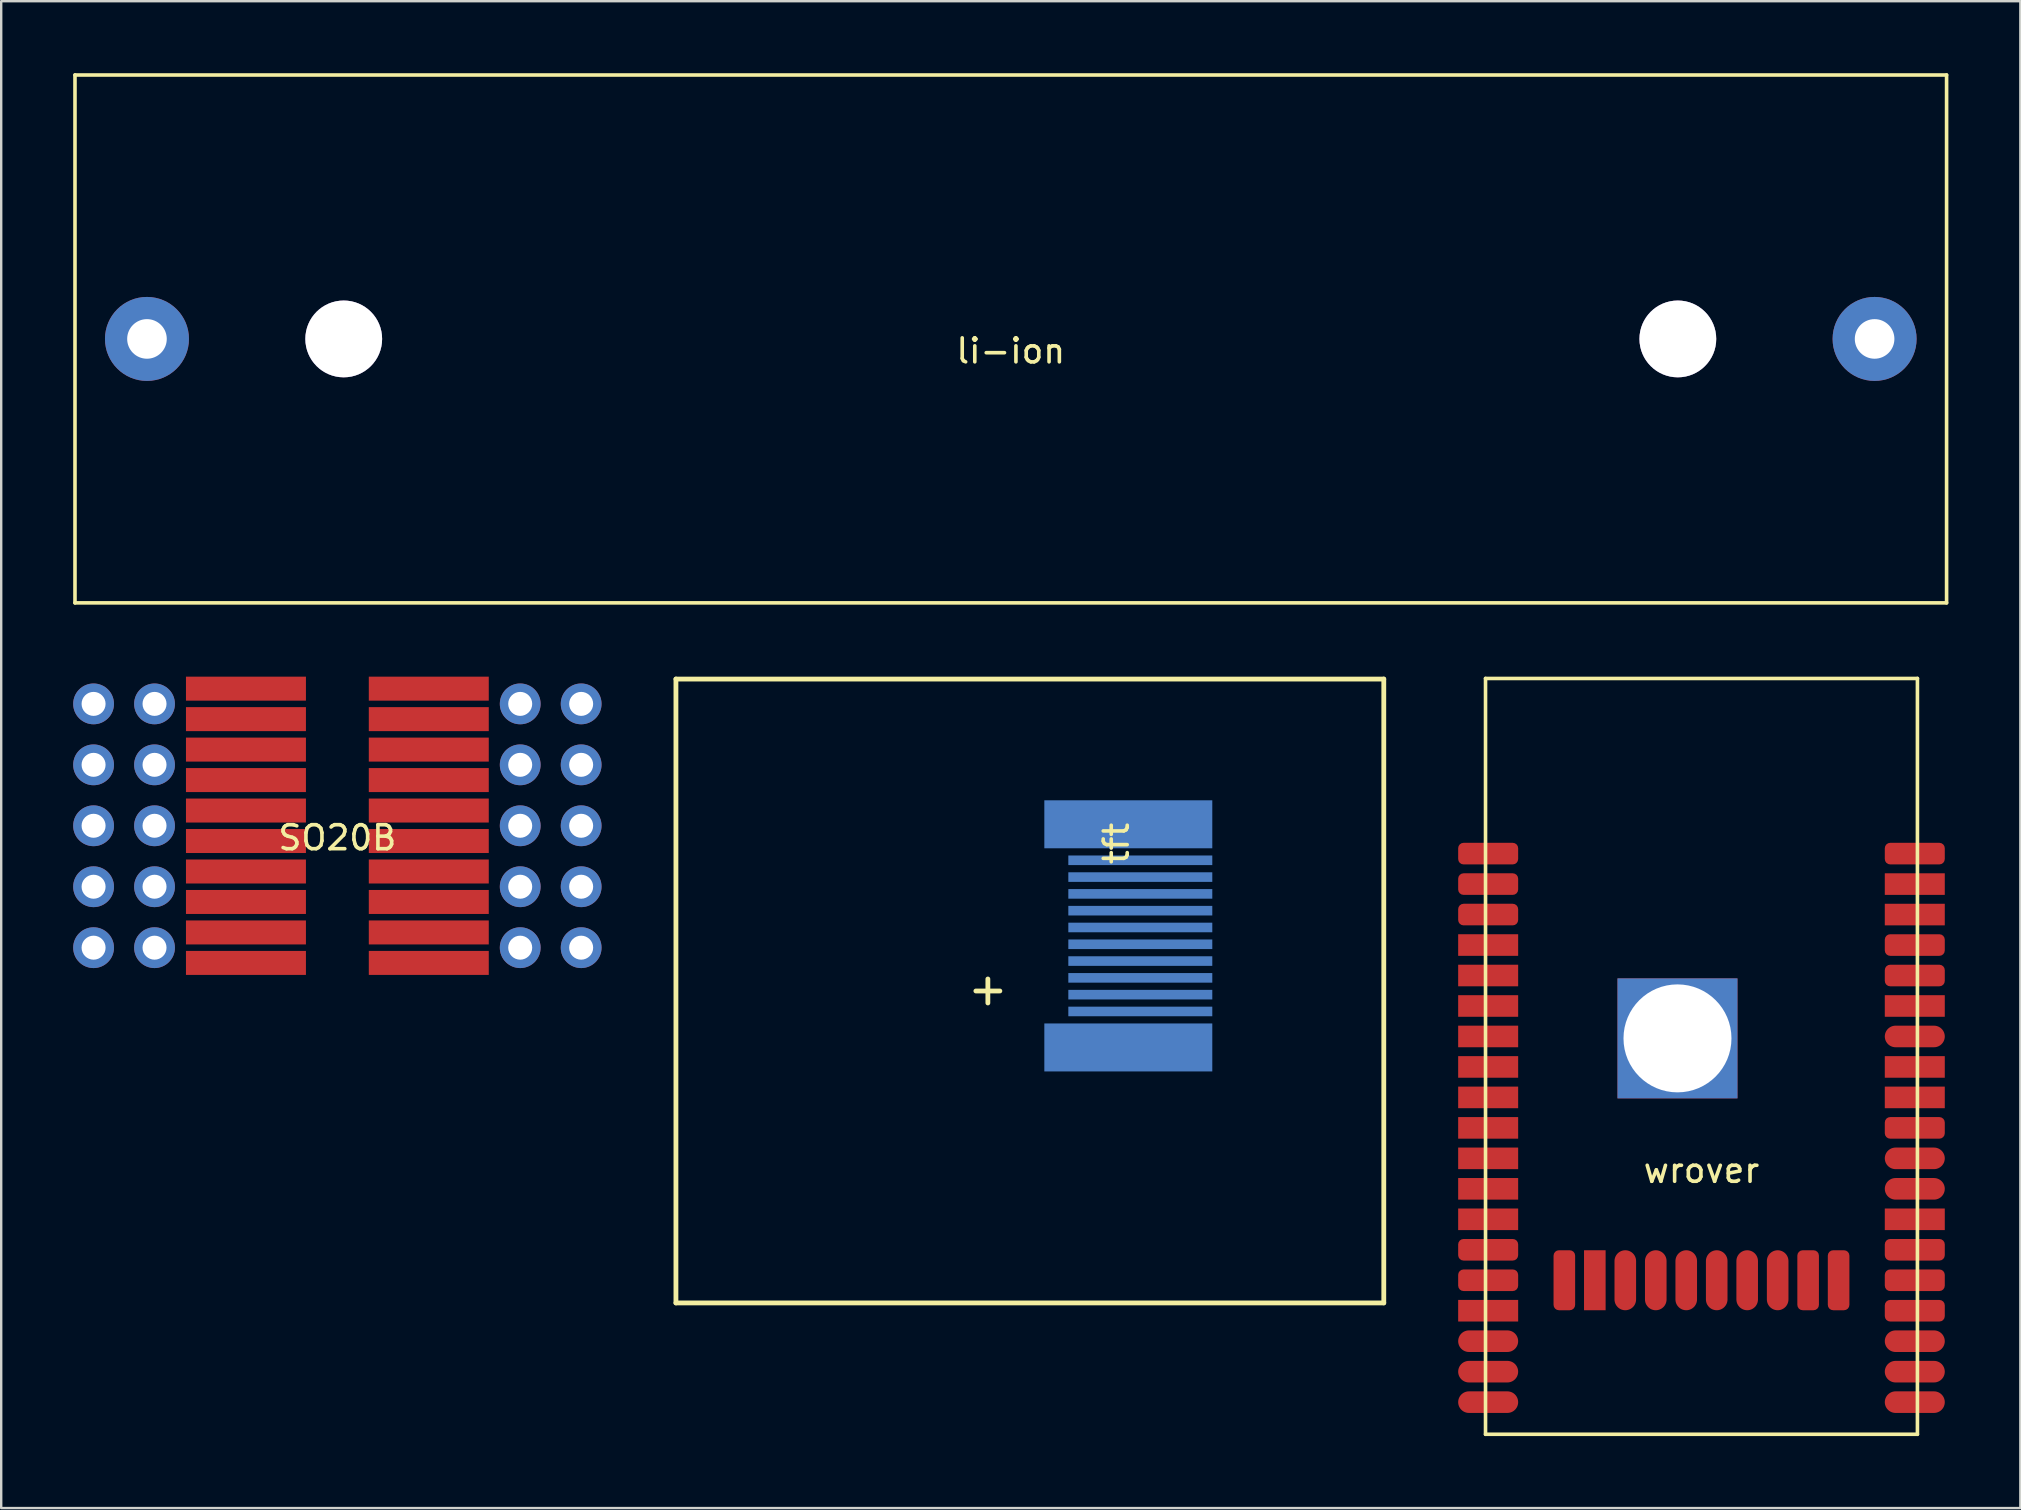
<source format=kicad_pcb>
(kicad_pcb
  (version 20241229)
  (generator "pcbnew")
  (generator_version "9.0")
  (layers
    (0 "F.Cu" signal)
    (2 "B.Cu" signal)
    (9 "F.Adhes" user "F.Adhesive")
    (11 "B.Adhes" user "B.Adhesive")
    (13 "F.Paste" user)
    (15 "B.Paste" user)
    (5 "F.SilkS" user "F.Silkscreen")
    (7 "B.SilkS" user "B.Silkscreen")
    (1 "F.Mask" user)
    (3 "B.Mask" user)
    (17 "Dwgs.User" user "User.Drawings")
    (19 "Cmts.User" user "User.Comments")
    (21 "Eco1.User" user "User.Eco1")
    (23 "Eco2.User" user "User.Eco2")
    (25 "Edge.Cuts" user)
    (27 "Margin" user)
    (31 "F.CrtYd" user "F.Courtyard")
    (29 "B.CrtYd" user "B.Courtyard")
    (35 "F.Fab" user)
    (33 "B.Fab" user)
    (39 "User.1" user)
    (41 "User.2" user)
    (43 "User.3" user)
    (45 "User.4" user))
  (footprint "wrover"
    (layer "F.Cu")
    (at 67.86 45.225)
    (property "Reference" "wrover" (at 0 0.5 0) (layer "F.SilkS") (effects (font (size 1 1) (thickness 0.15))))
    (attr through_hole)
    (fp_line (start -9 -20) (end 9 -20) (stroke (width 0.15) (type solid)) (layer "F.SilkS"))
    (fp_line (start -9 11.5) (end -9 -20) (stroke (width 0.15) (type solid)) (layer "F.SilkS"))
    (fp_line (start 9 -20) (end 9 11.5) (stroke (width 0.15) (type solid)) (layer "F.SilkS"))
    (fp_line (start 9 11.5) (end -9 11.5) (stroke (width 0.15) (type solid)) (layer "F.SilkS"))
    (pad "1" smd roundrect (at -8.89 -12.7) (size 2.5 0.9) (layers "F.Cu" "F.Mask" "F.Paste") (roundrect_rratio 0.25))
    (pad "2" smd roundrect (at -8.89 -11.43) (size 2.5 0.9) (layers "F.Cu" "F.Mask" "F.Paste") (roundrect_rratio 0.25))
    (pad "3" smd roundrect (at -8.89 -10.16) (size 2.5 0.9) (layers "F.Cu" "F.Mask" "F.Paste") (roundrect_rratio 0.25))
    (pad "4" smd rect (at -8.89 -8.89) (size 2.5 0.9) (layers "F.Cu" "F.Mask" "F.Paste"))
    (pad "5" smd rect (at -8.89 -7.62) (size 2.5 0.9) (layers "F.Cu" "F.Mask" "F.Paste"))
    (pad "6" smd rect (at -8.89 -6.35) (size 2.5 0.9) (layers "F.Cu" "F.Mask" "F.Paste"))
    (pad "7" smd rect (at -8.89 -5.08) (size 2.5 0.9) (layers "F.Cu" "F.Mask" "F.Paste"))
    (pad "8" smd rect (at -8.89 -3.81) (size 2.5 0.9) (layers "F.Cu" "F.Mask" "F.Paste"))
    (pad "9" smd rect (at -8.89 -2.54) (size 2.5 0.9) (layers "F.Cu" "F.Mask" "F.Paste"))
    (pad "10" smd rect (at -8.89 -1.27) (size 2.5 0.9) (layers "F.Cu" "F.Mask" "F.Paste"))
    (pad "11" smd rect (at -8.89 0) (size 2.5 0.9) (layers "F.Cu" "F.Mask" "F.Paste"))
    (pad "12" smd rect (at -8.89 1.27) (size 2.5 0.9) (layers "F.Cu" "F.Mask" "F.Paste"))
    (pad "13" smd rect (at -8.89 2.54) (size 2.5 0.9) (layers "F.Cu" "F.Mask" "F.Paste"))
    (pad "14" smd roundrect (at -8.89 3.81) (size 2.5 0.9) (layers "F.Cu" "F.Mask" "F.Paste") (roundrect_rratio 0.25))
    (pad "15" smd roundrect (at -8.89 5.08) (size 2.5 0.9) (layers "F.Cu" "F.Mask" "F.Paste") (roundrect_rratio 0.25))
    (pad "16" smd rect (at -8.89 6.35) (size 2.5 0.9) (layers "F.Cu" "F.Mask" "F.Paste"))
    (pad "17" smd oval (at -8.89 7.62) (size 2.5 0.9) (layers "F.Cu" "F.Mask" "F.Paste"))
    (pad "18" smd oval (at -8.89 8.89) (size 2.5 0.9) (layers "F.Cu" "F.Mask" "F.Paste"))
    (pad "19" smd oval (at -8.89 10.16) (size 2.5 0.9) (layers "F.Cu" "F.Mask" "F.Paste"))
    (pad "20" smd oval (at 8.89 10.16) (size 2.5 0.9) (layers "F.Cu" "F.Mask" "F.Paste"))
    (pad "21" smd oval (at 8.89 8.89) (size 2.5 0.9) (layers "F.Cu" "F.Mask" "F.Paste"))
    (pad "22" smd oval (at 8.89 7.62) (size 2.5 0.9) (layers "F.Cu" "F.Mask" "F.Paste"))
    (pad "23" smd roundrect (at 8.89 6.35) (size 2.5 0.9) (layers "F.Cu" "F.Mask" "F.Paste") (roundrect_rratio 0.25))
    (pad "24" smd roundrect (at 8.89 5.08) (size 2.5 0.9) (layers "F.Cu" "F.Mask" "F.Paste") (roundrect_rratio 0.25))
    (pad "25" smd roundrect (at 8.89 3.81) (size 2.5 0.9) (layers "F.Cu" "F.Mask" "F.Paste") (roundrect_rratio 0.25))
    (pad "26" smd rect (at 8.89 2.54) (size 2.5 0.9) (layers "F.Cu" "F.Mask" "F.Paste"))
    (pad "27" smd oval (at 8.89 1.27) (size 2.5 0.9) (layers "F.Cu" "F.Mask" "F.Paste"))
    (pad "28" smd oval (at 8.89 0) (size 2.5 0.9) (layers "F.Cu" "F.Mask" "F.Paste"))
    (pad "29" smd roundrect (at 8.89 -1.27) (size 2.5 0.9) (layers "F.Cu" "F.Mask" "F.Paste") (roundrect_rratio 0.25))
    (pad "30" smd rect (at 8.89 -2.54) (size 2.5 0.9) (layers "F.Cu" "F.Mask" "F.Paste"))
    (pad "31" smd rect (at 8.89 -3.81) (size 2.5 0.9) (layers "F.Cu" "F.Mask" "F.Paste"))
    (pad "32" smd oval (at 8.89 -5.08) (size 2.5 0.9) (layers "F.Cu" "F.Mask" "F.Paste"))
    (pad "33" smd rect (at 8.89 -6.35) (size 2.5 0.9) (layers "F.Cu" "F.Mask" "F.Paste"))
    (pad "34" smd roundrect (at 8.89 -7.62) (size 2.5 0.9) (layers "F.Cu" "F.Mask" "F.Paste") (roundrect_rratio 0.25))
    (pad "35" smd roundrect (at 8.89 -8.89) (size 2.5 0.9) (layers "F.Cu" "F.Mask" "F.Paste") (roundrect_rratio 0.25))
    (pad "36" smd rect (at 8.89 -10.16) (size 2.5 0.9) (layers "F.Cu" "F.Mask" "F.Paste"))
    (pad "37" smd rect (at 8.89 -11.43) (size 2.5 0.9) (layers "F.Cu" "F.Mask" "F.Paste"))
    (pad "38" smd roundrect (at 8.89 -12.7) (size 2.5 0.9) (layers "F.Cu" "F.Mask" "F.Paste") (roundrect_rratio 0.25))
    (pad "39" thru_hole rect (at -1 -5) (size 5 5) (drill 4.5) (layers "*.Cu" "*.Mask"))
    (pad "40" smd roundrect (at -5.715 5.08) (size 0.9 2.5) (layers "F.Cu" "F.Mask" "F.Paste") (roundrect_rratio 0.25))
    (pad "41" smd rect (at -4.445 5.08) (size 0.9 2.5) (layers "F.Cu" "F.Mask" "F.Paste"))
    (pad "42" smd oval (at -3.175 5.08) (size 0.9 2.5) (layers "F.Cu" "F.Mask" "F.Paste"))
    (pad "43" smd oval (at -1.905 5.08) (size 0.9 2.5) (layers "F.Cu" "F.Mask" "F.Paste"))
    (pad "44" smd oval (at -0.635 5.08) (size 0.9 2.5) (layers "F.Cu" "F.Mask" "F.Paste"))
    (pad "45" smd oval (at 0.635 5.08) (size 0.9 2.5) (layers "F.Cu" "F.Mask" "F.Paste"))
    (pad "46" smd oval (at 1.905 5.08) (size 0.9 2.5) (layers "F.Cu" "F.Mask" "F.Paste"))
    (pad "47" smd oval (at 3.175 5.08) (size 0.9 2.5) (layers "F.Cu" "F.Mask" "F.Paste"))
    (pad "48" smd roundrect (at 4.445 5.08) (size 0.9 2.5) (layers "F.Cu" "F.Mask" "F.Paste") (roundrect_rratio 0.25))
    (pad "49" smd roundrect (at 5.715 5.08) (size 0.9 2.5) (layers "F.Cu" "F.Mask" "F.Paste") (roundrect_rratio 0.25)))
  (footprint "tft"
    (layer "F.Cu")
    (at 38.12 38.25)
    (property "Reference" "tft" (at 5.353 -6.147 270) (layer "F.SilkS") (effects (font (size 1 1) (thickness 0.15))))
    (attr through_hole)
    (fp_line (start -13 -13) (end 16.5 -13) (stroke (width 0.2) (type solid)) (layer "F.SilkS"))
    (fp_line (start -13 13) (end -13 -13) (stroke (width 0.2) (type solid)) (layer "F.SilkS"))
    (fp_line (start -0.5 0) (end 0.5 0) (stroke (width 0.2) (type solid)) (layer "F.SilkS"))
    (fp_line (start 0 -0.5) (end 0 0.5) (stroke (width 0.2) (type solid)) (layer "F.SilkS"))
    (fp_line (start 16.5 -13) (end 16.5 13) (stroke (width 0.2) (type solid)) (layer "F.SilkS"))
    (fp_line (start 16.5 13) (end -13 13) (stroke (width 0.2) (type solid)) (layer "F.SilkS"))
    (pad "1" smd rect (at 5.853 -6.947 270) (size 2 7) (layers "B.Cu" "B.Mask" "B.Paste"))
    (pad "2" smd rect (at 6.353 -5.447 270) (size 0.4 6) (layers "B.Cu" "B.Mask" "B.Paste"))
    (pad "3" smd rect (at 6.353 -4.747 270) (size 0.4 6) (layers "B.Cu" "B.Mask" "B.Paste"))
    (pad "4" smd rect (at 6.353 -4.047 270) (size 0.4 6) (layers "B.Cu" "B.Mask" "B.Paste"))
    (pad "5" smd rect (at 6.353 -3.347 270) (size 0.4 6) (layers "B.Cu" "B.Mask" "B.Paste"))
    (pad "6" smd rect (at 6.353 -2.647 270) (size 0.4 6) (layers "B.Cu" "B.Mask" "B.Paste"))
    (pad "7" smd rect (at 6.353 -1.947 270) (size 0.4 6) (layers "B.Cu" "B.Mask" "B.Paste"))
    (pad "8" smd rect (at 6.353 -1.247 270) (size 0.4 6) (layers "B.Cu" "B.Mask" "B.Paste"))
    (pad "9" smd rect (at 6.353 -0.547 270) (size 0.4 6) (layers "B.Cu" "B.Mask" "B.Paste"))
    (pad "10" smd rect (at 6.353 0.153 270) (size 0.4 6) (layers "B.Cu" "B.Mask" "B.Paste"))
    (pad "11" smd rect (at 6.353 0.853 270) (size 0.4 6) (layers "B.Cu" "B.Mask" "B.Paste"))
    (pad "12" smd rect (at 5.853 2.353 270) (size 2 7) (layers "B.Cu" "B.Mask" "B.Paste")))
  (footprint "SO20B"
    (layer "F.Cu")
    (at 11.01 31.365)
    (property "Reference" "SO20B" (at 0 0.5 0) (layer "F.SilkS") (effects (font (size 1 1) (thickness 0.15))))
    (attr through_hole)
    (pad "1" thru_hole circle (at -7.62 -5.08) (size 1.7 1.7) (drill 1) (layers "*.Cu" "*.Mask"))
    (pad "1" smd rect (at -3.81 -5.715) (size 5 1) (layers "F.Cu" "F.Mask" "F.Paste"))
    (pad "2" thru_hole circle (at -10.16 -5.08) (size 1.7 1.7) (drill 1) (layers "*.Cu" "*.Mask"))
    (pad "2" smd rect (at -3.81 -4.445) (size 5 1) (layers "F.Cu" "F.Mask" "F.Paste"))
    (pad "3" thru_hole circle (at -7.62 -2.54) (size 1.7 1.7) (drill 1) (layers "*.Cu" "*.Mask"))
    (pad "3" smd rect (at -3.81 -3.175) (size 5 1) (layers "F.Cu" "F.Mask" "F.Paste"))
    (pad "4" thru_hole circle (at -10.16 -2.54) (size 1.7 1.7) (drill 1) (layers "*.Cu" "*.Mask"))
    (pad "4" smd rect (at -3.81 -1.905) (size 5 1) (layers "F.Cu" "F.Mask" "F.Paste"))
    (pad "5" thru_hole circle (at -7.62 0) (size 1.7 1.7) (drill 1) (layers "*.Cu" "*.Mask"))
    (pad "5" smd rect (at -3.81 -0.635) (size 5 1) (layers "F.Cu" "F.Mask" "F.Paste"))
    (pad "6" thru_hole circle (at -10.16 0) (size 1.7 1.7) (drill 1) (layers "*.Cu" "*.Mask"))
    (pad "6" smd rect (at -3.81 0.635) (size 5 1) (layers "F.Cu" "F.Mask" "F.Paste"))
    (pad "7" thru_hole circle (at -7.62 2.54) (size 1.7 1.7) (drill 1) (layers "*.Cu" "*.Mask"))
    (pad "7" smd rect (at -3.81 1.905) (size 5 1) (layers "F.Cu" "F.Mask" "F.Paste"))
    (pad "8" thru_hole circle (at -10.16 2.54) (size 1.7 1.7) (drill 1) (layers "*.Cu" "*.Mask"))
    (pad "8" smd rect (at -3.81 3.175) (size 5 1) (layers "F.Cu" "F.Mask" "F.Paste"))
    (pad "9" thru_hole circle (at -7.62 5.08) (size 1.7 1.7) (drill 1) (layers "*.Cu" "*.Mask"))
    (pad "9" smd rect (at -3.81 4.445) (size 5 1) (layers "F.Cu" "F.Mask" "F.Paste"))
    (pad "10" thru_hole circle (at -10.16 5.08) (size 1.7 1.7) (drill 1) (layers "*.Cu" "*.Mask"))
    (pad "10" smd rect (at -3.81 5.715) (size 5 1) (layers "F.Cu" "F.Mask" "F.Paste"))
    (pad "11" smd rect (at 3.81 5.715) (size 5 1) (layers "F.Cu" "F.Mask" "F.Paste"))
    (pad "11" thru_hole circle (at 7.62 5.08) (size 1.7 1.7) (drill 1) (layers "*.Cu" "*.Mask"))
    (pad "12" smd rect (at 3.81 4.445) (size 5 1) (layers "F.Cu" "F.Mask" "F.Paste"))
    (pad "12" thru_hole circle (at 10.16 5.08) (size 1.7 1.7) (drill 1) (layers "*.Cu" "*.Mask"))
    (pad "13" smd rect (at 3.81 3.175) (size 5 1) (layers "F.Cu" "F.Mask" "F.Paste"))
    (pad "13" thru_hole circle (at 7.62 2.54) (size 1.7 1.7) (drill 1) (layers "*.Cu" "*.Mask"))
    (pad "14" smd rect (at 3.81 1.905) (size 5 1) (layers "F.Cu" "F.Mask" "F.Paste"))
    (pad "14" thru_hole circle (at 10.16 2.54) (size 1.7 1.7) (drill 1) (layers "*.Cu" "*.Mask"))
    (pad "15" smd rect (at 3.81 0.635) (size 5 1) (layers "F.Cu" "F.Mask" "F.Paste"))
    (pad "15" thru_hole circle (at 7.62 0) (size 1.7 1.7) (drill 1) (layers "*.Cu" "*.Mask"))
    (pad "16" smd rect (at 3.81 -0.635) (size 5 1) (layers "F.Cu" "F.Mask" "F.Paste"))
    (pad "16" thru_hole circle (at 10.16 0) (size 1.7 1.7) (drill 1) (layers "*.Cu" "*.Mask"))
    (pad "17" smd rect (at 3.81 -1.905) (size 5 1) (layers "F.Cu" "F.Mask" "F.Paste"))
    (pad "17" thru_hole circle (at 7.62 -2.54) (size 1.7 1.7) (drill 1) (layers "*.Cu" "*.Mask"))
    (pad "18" smd rect (at 3.81 -3.175) (size 5 1) (layers "F.Cu" "F.Mask" "F.Paste"))
    (pad "18" thru_hole circle (at 10.16 -2.54) (size 1.7 1.7) (drill 1) (layers "*.Cu" "*.Mask"))
    (pad "19" smd rect (at 3.81 -4.445) (size 5 1) (layers "F.Cu" "F.Mask" "F.Paste"))
    (pad "19" thru_hole circle (at 7.62 -5.08) (size 1.7 1.7) (drill 1) (layers "*.Cu" "*.Mask"))
    (pad "20" smd rect (at 3.81 -5.715) (size 5 1) (layers "F.Cu" "F.Mask" "F.Paste"))
    (pad "20" thru_hole circle (at 10.16 -5.08) (size 1.7 1.7) (drill 1) (layers "*.Cu" "*.Mask")))
  (footprint "li-ion"
    (layer "F.Cu")
    (at 39.075 11.075)
    (property "Reference" "li-ion" (at 0 0.5 0) (layer "F.SilkS") (effects (font (size 1 1) (thickness 0.15))))
    (attr through_hole)
    (fp_line (start -39 -11) (end 39 -11) (stroke (width 0.15) (type solid)) (layer "F.SilkS"))
    (fp_line (start -39 11) (end -39 -11) (stroke (width 0.15) (type solid)) (layer "F.SilkS"))
    (fp_line (start 39 -11) (end 39 11) (stroke (width 0.15) (type solid)) (layer "F.SilkS"))
    (fp_line (start 39 11) (end -39 11) (stroke (width 0.15) (type solid)) (layer "F.SilkS"))
    (pad "" thru_hole circle (at -27.8 0) (size 3.2 3.2) (drill 3.2) (layers "*.Cu" "*.Mask"))
    (pad "" thru_hole circle (at 27.8 0) (size 3.2 3.2) (drill 3.2) (layers "*.Cu" "*.Mask"))
    (pad "1" thru_hole circle (at -36 0) (size 3.5 3.5) (drill 1.65) (layers "*.Cu" "*.Mask"))
    (pad "2" thru_hole circle (at 36 0) (size 3.5 3.5) (drill 1.65) (layers "*.Cu" "*.Mask")))
  (gr_rect
    (start -3 -3)
    (end 81.15 59.8)
    (stroke (width 0.1) (type default))
    (fill no)
    (layer "Edge.Cuts")))
</source>
